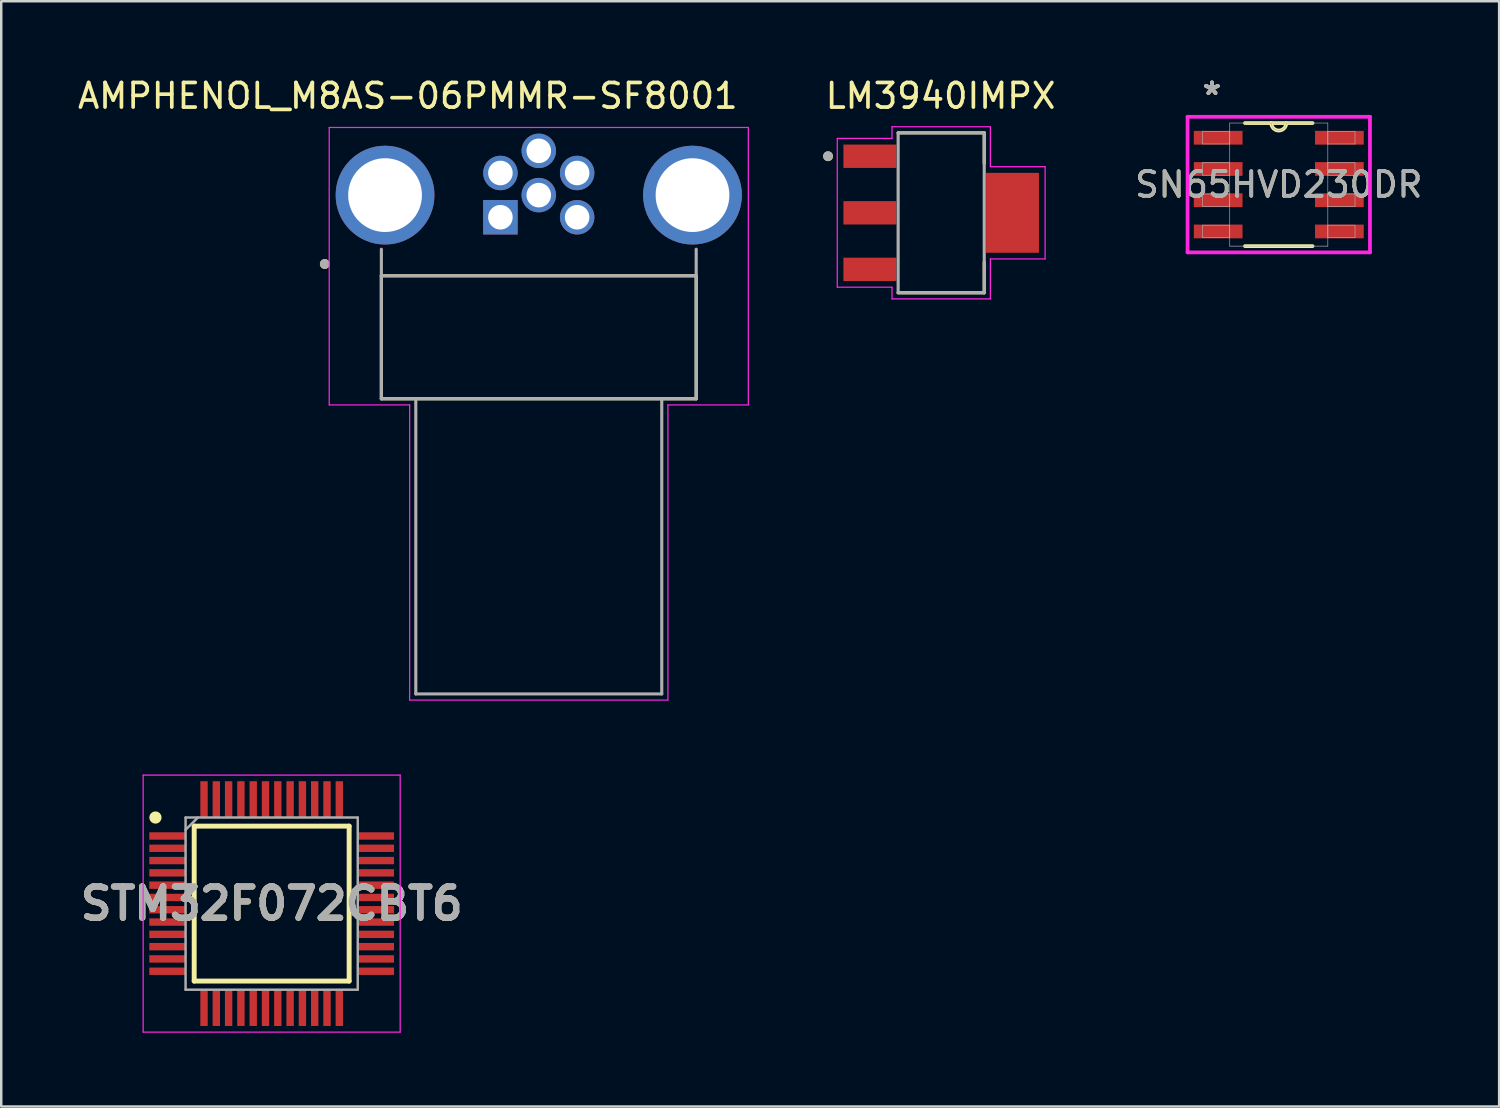
<source format=kicad_pcb>
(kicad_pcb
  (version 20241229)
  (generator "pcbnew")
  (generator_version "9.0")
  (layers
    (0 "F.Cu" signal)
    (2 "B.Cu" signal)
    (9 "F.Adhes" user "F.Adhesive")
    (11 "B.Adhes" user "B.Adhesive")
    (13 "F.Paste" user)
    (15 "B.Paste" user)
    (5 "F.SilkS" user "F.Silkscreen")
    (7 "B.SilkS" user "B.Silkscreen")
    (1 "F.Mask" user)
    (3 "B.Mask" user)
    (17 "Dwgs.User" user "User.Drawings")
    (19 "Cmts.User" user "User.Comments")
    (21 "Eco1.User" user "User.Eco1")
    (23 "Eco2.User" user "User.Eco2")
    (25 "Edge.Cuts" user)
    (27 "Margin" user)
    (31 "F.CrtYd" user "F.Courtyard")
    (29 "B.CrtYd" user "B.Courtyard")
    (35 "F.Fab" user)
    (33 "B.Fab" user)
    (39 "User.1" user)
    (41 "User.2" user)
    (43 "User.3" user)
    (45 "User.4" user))
  (footprint "STM32F072CBT6"
    (layer "F.Cu")
    (at 7.995 33.688)
    (property "Reference" "STM32F072CBT6" (at 0 0 0) (layer "F.SilkS") (effects (font (size 1.27 1.27) (thickness 0.254))))
    (attr smd)
    (fp_line (start -3.15 -3.15) (end 3.15 -3.15) (stroke (width 0.2) (type solid)) (layer "F.SilkS"))
    (fp_line (start -3.15 3.15) (end -3.15 -3.15) (stroke (width 0.2) (type solid)) (layer "F.SilkS"))
    (fp_line (start 3.15 -3.15) (end 3.15 3.15) (stroke (width 0.2) (type solid)) (layer "F.SilkS"))
    (fp_line (start 3.15 3.15) (end -3.15 3.15) (stroke (width 0.2) (type solid)) (layer "F.SilkS"))
    (fp_circle (center -4.725 -3.5) (end -4.725 -3.375) (stroke (width 0.25) (type solid)) (fill no) (layer "F.SilkS"))
    (fp_line (start -5.225 -5.225) (end 5.225 -5.225) (stroke (width 0.05) (type solid)) (layer "F.CrtYd"))
    (fp_line (start -5.225 5.225) (end -5.225 -5.225) (stroke (width 0.05) (type solid)) (layer "F.CrtYd"))
    (fp_line (start 5.225 -5.225) (end 5.225 5.225) (stroke (width 0.05) (type solid)) (layer "F.CrtYd"))
    (fp_line (start 5.225 5.225) (end -5.225 5.225) (stroke (width 0.05) (type solid)) (layer "F.CrtYd"))
    (fp_line (start -3.5 -3.5) (end 3.5 -3.5) (stroke (width 0.1) (type solid)) (layer "F.Fab"))
    (fp_line (start -3.5 -3) (end -3 -3.5) (stroke (width 0.1) (type solid)) (layer "F.Fab"))
    (fp_line (start -3.5 3.5) (end -3.5 -3.5) (stroke (width 0.1) (type solid)) (layer "F.Fab"))
    (fp_line (start 3.5 -3.5) (end 3.5 3.5) (stroke (width 0.1) (type solid)) (layer "F.Fab"))
    (fp_line (start 3.5 3.5) (end -3.5 3.5) (stroke (width 0.1) (type solid)) (layer "F.Fab"))
    (fp_text user "${REFERENCE}" (at 0 0 0) (layer "F.Fab") (effects (font (size 1.27 1.27) (thickness 0.254))))
    (pad "1" smd rect (at -4.238 -2.75 90) (size 0.3 1.475) (layers "F.Cu" "F.Mask" "F.Paste"))
    (pad "2" smd rect (at -4.238 -2.25 90) (size 0.3 1.475) (layers "F.Cu" "F.Mask" "F.Paste"))
    (pad "3" smd rect (at -4.238 -1.75 90) (size 0.3 1.475) (layers "F.Cu" "F.Mask" "F.Paste"))
    (pad "4" smd rect (at -4.238 -1.25 90) (size 0.3 1.475) (layers "F.Cu" "F.Mask" "F.Paste"))
    (pad "5" smd rect (at -4.238 -0.75 90) (size 0.3 1.475) (layers "F.Cu" "F.Mask" "F.Paste"))
    (pad "6" smd rect (at -4.238 -0.25 90) (size 0.3 1.475) (layers "F.Cu" "F.Mask" "F.Paste"))
    (pad "7" smd rect (at -4.238 0.25 90) (size 0.3 1.475) (layers "F.Cu" "F.Mask" "F.Paste"))
    (pad "8" smd rect (at -4.238 0.75 90) (size 0.3 1.475) (layers "F.Cu" "F.Mask" "F.Paste"))
    (pad "9" smd rect (at -4.238 1.25 90) (size 0.3 1.475) (layers "F.Cu" "F.Mask" "F.Paste"))
    (pad "10" smd rect (at -4.238 1.75 90) (size 0.3 1.475) (layers "F.Cu" "F.Mask" "F.Paste"))
    (pad "11" smd rect (at -4.238 2.25 90) (size 0.3 1.475) (layers "F.Cu" "F.Mask" "F.Paste"))
    (pad "12" smd rect (at -4.238 2.75 90) (size 0.3 1.475) (layers "F.Cu" "F.Mask" "F.Paste"))
    (pad "13" smd rect (at -2.75 4.238) (size 0.3 1.475) (layers "F.Cu" "F.Mask" "F.Paste"))
    (pad "14" smd rect (at -2.25 4.238) (size 0.3 1.475) (layers "F.Cu" "F.Mask" "F.Paste"))
    (pad "15" smd rect (at -1.75 4.238) (size 0.3 1.475) (layers "F.Cu" "F.Mask" "F.Paste"))
    (pad "16" smd rect (at -1.25 4.238) (size 0.3 1.475) (layers "F.Cu" "F.Mask" "F.Paste"))
    (pad "17" smd rect (at -0.75 4.238) (size 0.3 1.475) (layers "F.Cu" "F.Mask" "F.Paste"))
    (pad "18" smd rect (at -0.25 4.238) (size 0.3 1.475) (layers "F.Cu" "F.Mask" "F.Paste"))
    (pad "19" smd rect (at 0.25 4.238) (size 0.3 1.475) (layers "F.Cu" "F.Mask" "F.Paste"))
    (pad "20" smd rect (at 0.75 4.238) (size 0.3 1.475) (layers "F.Cu" "F.Mask" "F.Paste"))
    (pad "21" smd rect (at 1.25 4.238) (size 0.3 1.475) (layers "F.Cu" "F.Mask" "F.Paste"))
    (pad "22" smd rect (at 1.75 4.238) (size 0.3 1.475) (layers "F.Cu" "F.Mask" "F.Paste"))
    (pad "23" smd rect (at 2.25 4.238) (size 0.3 1.475) (layers "F.Cu" "F.Mask" "F.Paste"))
    (pad "24" smd rect (at 2.75 4.238) (size 0.3 1.475) (layers "F.Cu" "F.Mask" "F.Paste"))
    (pad "25" smd rect (at 4.238 2.75 90) (size 0.3 1.475) (layers "F.Cu" "F.Mask" "F.Paste"))
    (pad "26" smd rect (at 4.238 2.25 90) (size 0.3 1.475) (layers "F.Cu" "F.Mask" "F.Paste"))
    (pad "27" smd rect (at 4.238 1.75 90) (size 0.3 1.475) (layers "F.Cu" "F.Mask" "F.Paste"))
    (pad "28" smd rect (at 4.238 1.25 90) (size 0.3 1.475) (layers "F.Cu" "F.Mask" "F.Paste"))
    (pad "29" smd rect (at 4.238 0.75 90) (size 0.3 1.475) (layers "F.Cu" "F.Mask" "F.Paste"))
    (pad "30" smd rect (at 4.238 0.25 90) (size 0.3 1.475) (layers "F.Cu" "F.Mask" "F.Paste"))
    (pad "31" smd rect (at 4.238 -0.25 90) (size 0.3 1.475) (layers "F.Cu" "F.Mask" "F.Paste"))
    (pad "32" smd rect (at 4.238 -0.75 90) (size 0.3 1.475) (layers "F.Cu" "F.Mask" "F.Paste"))
    (pad "33" smd rect (at 4.238 -1.25 90) (size 0.3 1.475) (layers "F.Cu" "F.Mask" "F.Paste"))
    (pad "34" smd rect (at 4.238 -1.75 90) (size 0.3 1.475) (layers "F.Cu" "F.Mask" "F.Paste"))
    (pad "35" smd rect (at 4.238 -2.25 90) (size 0.3 1.475) (layers "F.Cu" "F.Mask" "F.Paste"))
    (pad "36" smd rect (at 4.238 -2.75 90) (size 0.3 1.475) (layers "F.Cu" "F.Mask" "F.Paste"))
    (pad "37" smd rect (at 2.75 -4.238) (size 0.3 1.475) (layers "F.Cu" "F.Mask" "F.Paste"))
    (pad "38" smd rect (at 2.25 -4.238) (size 0.3 1.475) (layers "F.Cu" "F.Mask" "F.Paste"))
    (pad "39" smd rect (at 1.75 -4.238) (size 0.3 1.475) (layers "F.Cu" "F.Mask" "F.Paste"))
    (pad "40" smd rect (at 1.25 -4.238) (size 0.3 1.475) (layers "F.Cu" "F.Mask" "F.Paste"))
    (pad "41" smd rect (at 0.75 -4.238) (size 0.3 1.475) (layers "F.Cu" "F.Mask" "F.Paste"))
    (pad "42" smd rect (at 0.25 -4.238) (size 0.3 1.475) (layers "F.Cu" "F.Mask" "F.Paste"))
    (pad "43" smd rect (at -0.25 -4.238) (size 0.3 1.475) (layers "F.Cu" "F.Mask" "F.Paste"))
    (pad "44" smd rect (at -0.75 -4.238) (size 0.3 1.475) (layers "F.Cu" "F.Mask" "F.Paste"))
    (pad "45" smd rect (at -1.25 -4.238) (size 0.3 1.475) (layers "F.Cu" "F.Mask" "F.Paste"))
    (pad "46" smd rect (at -1.75 -4.238) (size 0.3 1.475) (layers "F.Cu" "F.Mask" "F.Paste"))
    (pad "47" smd rect (at -2.25 -4.238) (size 0.3 1.475) (layers "F.Cu" "F.Mask" "F.Paste"))
    (pad "48" smd rect (at -2.75 -4.238) (size 0.3 1.475) (layers "F.Cu" "F.Mask" "F.Paste")))
  (footprint "LM3940IMPX"
    (layer "F.Cu")
    (at 35.216 5.602)
    (property "Reference" "LM3940IMPX" (at -0.025 -4.754 0) (layer "F.SilkS") (effects (font (size 1 1) (thickness 0.15))))
    (attr smd)
    (fp_line (start -1.75 -3.25) (end 1.75 -3.25) (stroke (width 0.127) (type solid)) (layer "F.SilkS"))
    (fp_line (start -1.75 3.25) (end 1.75 3.25) (stroke (width 0.127) (type solid)) (layer "F.SilkS"))
    (fp_line (start 1.75 -3.25) (end 1.75 -2.01) (stroke (width 0.127) (type solid)) (layer "F.SilkS"))
    (fp_line (start 1.75 3.25) (end 1.75 2.01) (stroke (width 0.127) (type solid)) (layer "F.SilkS"))
    (fp_circle (center -4.6 -2.3) (end -4.5 -2.3) (stroke (width 0.2) (type solid)) (fill no) (layer "F.SilkS"))
    (fp_line (start -4.225 -3.025) (end -4.225 3.025) (stroke (width 0.05) (type solid)) (layer "F.CrtYd"))
    (fp_line (start -4.225 3.025) (end -2 3.025) (stroke (width 0.05) (type solid)) (layer "F.CrtYd"))
    (fp_line (start -2 -3.5) (end -2 -3.025) (stroke (width 0.05) (type solid)) (layer "F.CrtYd"))
    (fp_line (start -2 -3.025) (end -4.225 -3.025) (stroke (width 0.05) (type solid)) (layer "F.CrtYd"))
    (fp_line (start -2 3.025) (end -2 3.5) (stroke (width 0.05) (type solid)) (layer "F.CrtYd"))
    (fp_line (start -2 3.5) (end 2 3.5) (stroke (width 0.05) (type solid)) (layer "F.CrtYd"))
    (fp_line (start 2 -3.5) (end -2 -3.5) (stroke (width 0.05) (type solid)) (layer "F.CrtYd"))
    (fp_line (start 2 -1.875) (end 2 -3.5) (stroke (width 0.05) (type solid)) (layer "F.CrtYd"))
    (fp_line (start 2 1.875) (end 4.225 1.875) (stroke (width 0.05) (type solid)) (layer "F.CrtYd"))
    (fp_line (start 2 3.5) (end 2 1.875) (stroke (width 0.05) (type solid)) (layer "F.CrtYd"))
    (fp_line (start 4.225 -1.875) (end 2 -1.875) (stroke (width 0.05) (type solid)) (layer "F.CrtYd"))
    (fp_line (start 4.225 1.875) (end 4.225 -1.875) (stroke (width 0.05) (type solid)) (layer "F.CrtYd"))
    (fp_line (start -1.75 -3.25) (end -1.75 3.25) (stroke (width 0.127) (type solid)) (layer "F.Fab"))
    (fp_line (start 1.75 -3.25) (end -1.75 -3.25) (stroke (width 0.127) (type solid)) (layer "F.Fab"))
    (fp_line (start 1.75 -3.25) (end 1.75 3.25) (stroke (width 0.127) (type solid)) (layer "F.Fab"))
    (fp_line (start 1.75 3.25) (end -1.75 3.25) (stroke (width 0.127) (type solid)) (layer "F.Fab"))
    (fp_circle (center -4.6 -2.3) (end -4.5 -2.3) (stroke (width 0.2) (type solid)) (fill no) (layer "F.Fab"))
    (pad "1" smd rect (at -2.9 -2.3) (size 2.15 0.95) (layers "F.Cu" "F.Mask" "F.Paste"))
    (pad "2" smd rect (at -2.9 0) (size 2.15 0.95) (layers "F.Cu" "F.Mask" "F.Paste"))
    (pad "3" smd rect (at -2.9 2.3) (size 2.15 0.95) (layers "F.Cu" "F.Mask" "F.Paste"))
    (pad "4" smd rect (at 2.9 0) (size 2.15 3.25) (layers "F.Cu" "F.Mask" "F.Paste")))
  (footprint "SN65HVD230DR"
    (layer "F.Cu")
    (at 48.941 4.455)
    (property "Reference" "SN65HVD230DR" (at 0 0 0) (unlocked yes) (layer "F.SilkS") (effects (font (size 1 1) (thickness 0.15))))
    (attr smd)
    (fp_line (start -1.374 2.502) (end 1.374 2.502) (stroke (width 0.152) (type solid)) (layer "F.SilkS"))
    (fp_line (start 1.374 -2.502) (end -1.374 -2.502) (stroke (width 0.152) (type solid)) (layer "F.SilkS"))
    (fp_arc (start 0.3048 -2.5019) (mid 0 -2.1971) (end -0.3048 -2.5019) (stroke (width 0.1524) (type solid)) (layer "F.SilkS"))
    (fp_line (start -3.708 -2.756) (end 3.708 -2.756) (stroke (width 0.152) (type solid)) (layer "F.CrtYd"))
    (fp_line (start -3.708 2.756) (end -3.708 -2.756) (stroke (width 0.152) (type solid)) (layer "F.CrtYd"))
    (fp_line (start 3.708 -2.756) (end 3.708 2.756) (stroke (width 0.152) (type solid)) (layer "F.CrtYd"))
    (fp_line (start 3.708 2.756) (end -3.708 2.756) (stroke (width 0.152) (type solid)) (layer "F.CrtYd"))
    (fp_line (start -3.099 -2.159) (end -3.099 -1.651) (stroke (width 0.025) (type solid)) (layer "F.Fab"))
    (fp_line (start -3.099 -1.651) (end -1.994 -1.651) (stroke (width 0.025) (type solid)) (layer "F.Fab"))
    (fp_line (start -3.099 -0.889) (end -3.099 -0.381) (stroke (width 0.025) (type solid)) (layer "F.Fab"))
    (fp_line (start -3.099 -0.381) (end -1.994 -0.381) (stroke (width 0.025) (type solid)) (layer "F.Fab"))
    (fp_line (start -3.099 0.381) (end -3.099 0.889) (stroke (width 0.025) (type solid)) (layer "F.Fab"))
    (fp_line (start -3.099 0.889) (end -1.994 0.889) (stroke (width 0.025) (type solid)) (layer "F.Fab"))
    (fp_line (start -3.099 1.651) (end -3.099 2.159) (stroke (width 0.025) (type solid)) (layer "F.Fab"))
    (fp_line (start -3.099 2.159) (end -1.994 2.159) (stroke (width 0.025) (type solid)) (layer "F.Fab"))
    (fp_line (start -1.994 -2.502) (end -1.994 2.502) (stroke (width 0.025) (type solid)) (layer "F.Fab"))
    (fp_line (start -1.994 -2.159) (end -3.099 -2.159) (stroke (width 0.025) (type solid)) (layer "F.Fab"))
    (fp_line (start -1.994 -1.651) (end -1.994 -2.159) (stroke (width 0.025) (type solid)) (layer "F.Fab"))
    (fp_line (start -1.994 -0.889) (end -3.099 -0.889) (stroke (width 0.025) (type solid)) (layer "F.Fab"))
    (fp_line (start -1.994 -0.381) (end -1.994 -0.889) (stroke (width 0.025) (type solid)) (layer "F.Fab"))
    (fp_line (start -1.994 0.381) (end -3.099 0.381) (stroke (width 0.025) (type solid)) (layer "F.Fab"))
    (fp_line (start -1.994 0.889) (end -1.994 0.381) (stroke (width 0.025) (type solid)) (layer "F.Fab"))
    (fp_line (start -1.994 1.651) (end -3.099 1.651) (stroke (width 0.025) (type solid)) (layer "F.Fab"))
    (fp_line (start -1.994 2.159) (end -1.994 1.651) (stroke (width 0.025) (type solid)) (layer "F.Fab"))
    (fp_line (start -1.994 2.502) (end 1.994 2.502) (stroke (width 0.025) (type solid)) (layer "F.Fab"))
    (fp_line (start 1.994 -2.502) (end -1.994 -2.502) (stroke (width 0.025) (type solid)) (layer "F.Fab"))
    (fp_line (start 1.994 -2.159) (end 1.994 -1.651) (stroke (width 0.025) (type solid)) (layer "F.Fab"))
    (fp_line (start 1.994 -1.651) (end 3.099 -1.651) (stroke (width 0.025) (type solid)) (layer "F.Fab"))
    (fp_line (start 1.994 -0.889) (end 1.994 -0.381) (stroke (width 0.025) (type solid)) (layer "F.Fab"))
    (fp_line (start 1.994 -0.381) (end 3.099 -0.381) (stroke (width 0.025) (type solid)) (layer "F.Fab"))
    (fp_line (start 1.994 0.381) (end 1.994 0.889) (stroke (width 0.025) (type solid)) (layer "F.Fab"))
    (fp_line (start 1.994 0.889) (end 3.099 0.889) (stroke (width 0.025) (type solid)) (layer "F.Fab"))
    (fp_line (start 1.994 1.651) (end 1.994 2.159) (stroke (width 0.025) (type solid)) (layer "F.Fab"))
    (fp_line (start 1.994 2.159) (end 3.099 2.159) (stroke (width 0.025) (type solid)) (layer "F.Fab"))
    (fp_line (start 1.994 2.502) (end 1.994 -2.502) (stroke (width 0.025) (type solid)) (layer "F.Fab"))
    (fp_line (start 3.099 -2.159) (end 1.994 -2.159) (stroke (width 0.025) (type solid)) (layer "F.Fab"))
    (fp_line (start 3.099 -1.651) (end 3.099 -2.159) (stroke (width 0.025) (type solid)) (layer "F.Fab"))
    (fp_line (start 3.099 -0.889) (end 1.994 -0.889) (stroke (width 0.025) (type solid)) (layer "F.Fab"))
    (fp_line (start 3.099 -0.381) (end 3.099 -0.889) (stroke (width 0.025) (type solid)) (layer "F.Fab"))
    (fp_line (start 3.099 0.381) (end 1.994 0.381) (stroke (width 0.025) (type solid)) (layer "F.Fab"))
    (fp_line (start 3.099 0.889) (end 3.099 0.381) (stroke (width 0.025) (type solid)) (layer "F.Fab"))
    (fp_line (start 3.099 1.651) (end 1.994 1.651) (stroke (width 0.025) (type solid)) (layer "F.Fab"))
    (fp_line (start 3.099 2.159) (end 3.099 1.651) (stroke (width 0.025) (type solid)) (layer "F.Fab"))
    (fp_arc (start 0.3048 -2.5019) (mid 0 -2.1971) (end -0.3048 -2.5019) (stroke (width 0.0254) (type solid)) (layer "F.Fab"))
    (fp_text user "*" (at -2.718 -3.607 0) (unlocked yes) (layer "F.SilkS") (effects (font (size 1 1) (thickness 0.15))))
    (fp_text user "*" (at -2.718 -3.607 0) (layer "F.SilkS") (effects (font (size 1 1) (thickness 0.15))))
    (fp_text user "*" (at -2.718 -3.607 0) (layer "F.Fab") (effects (font (size 1 1) (thickness 0.15))))
    (fp_text user "${REFERENCE}" (at 0 0 0) (unlocked yes) (layer "F.Fab") (effects (font (size 1 1) (thickness 0.15))))
    (fp_text user "*" (at -2.718 -3.607 0) (unlocked yes) (layer "F.Fab") (effects (font (size 1 1) (thickness 0.15))))
    (pad "1" smd rect (at -2.464 -1.905) (size 1.981 0.559) (layers "F.Cu" "F.Mask" "F.Paste"))
    (pad "2" smd rect (at -2.464 -0.635) (size 1.981 0.559) (layers "F.Cu" "F.Mask" "F.Paste"))
    (pad "3" smd rect (at -2.464 0.635) (size 1.981 0.559) (layers "F.Cu" "F.Mask" "F.Paste"))
    (pad "4" smd rect (at -2.464 1.905) (size 1.981 0.559) (layers "F.Cu" "F.Mask" "F.Paste"))
    (pad "5" smd rect (at 2.464 1.905) (size 1.981 0.559) (layers "F.Cu" "F.Mask" "F.Paste"))
    (pad "6" smd rect (at 2.464 0.635) (size 1.981 0.559) (layers "F.Cu" "F.Mask" "F.Paste"))
    (pad "7" smd rect (at 2.464 -0.635) (size 1.981 0.559) (layers "F.Cu" "F.Mask" "F.Paste"))
    (pad "8" smd rect (at 2.464 -1.905) (size 1.981 0.559) (layers "F.Cu" "F.Mask" "F.Paste")))
  (footprint "AMPHENOL_M8AS-06PMMR-SF8001"
    (layer "F.Cu")
    (at 18.855 4.883)
    (property "Reference" "AMPHENOL_M8AS-06PMMR-SF8001" (at -5.325 -4.035 0) (layer "F.SilkS") (effects (font (size 1 1) (thickness 0.15))))
    (attr through_hole)
    (fp_line (start -6.4 3.28) (end -6.4 8.28) (stroke (width 0.127) (type solid)) (layer "F.SilkS"))
    (fp_line (start -6.4 8.28) (end 6.4 8.28) (stroke (width 0.127) (type solid)) (layer "F.SilkS"))
    (fp_line (start 6.4 3.28) (end -6.4 3.28) (stroke (width 0.127) (type solid)) (layer "F.SilkS"))
    (fp_line (start 6.4 8.28) (end 6.4 3.28) (stroke (width 0.127) (type solid)) (layer "F.SilkS"))
    (fp_circle (center -8.7 2.8) (end -8.6 2.8) (stroke (width 0.2) (type solid)) (fill no) (layer "F.SilkS"))
    (fp_line (start -8.52 -2.75) (end -8.52 8.53) (stroke (width 0.05) (type solid)) (layer "F.CrtYd"))
    (fp_line (start -8.52 8.53) (end -5.25 8.53) (stroke (width 0.05) (type solid)) (layer "F.CrtYd"))
    (fp_line (start -5.25 8.53) (end -5.25 20.53) (stroke (width 0.05) (type solid)) (layer "F.CrtYd"))
    (fp_line (start -5.25 20.53) (end 5.25 20.53) (stroke (width 0.05) (type solid)) (layer "F.CrtYd"))
    (fp_line (start 5.25 8.53) (end 8.52 8.53) (stroke (width 0.05) (type solid)) (layer "F.CrtYd"))
    (fp_line (start 5.25 20.53) (end 5.25 8.53) (stroke (width 0.05) (type solid)) (layer "F.CrtYd"))
    (fp_line (start 8.52 -2.75) (end -8.52 -2.75) (stroke (width 0.05) (type solid)) (layer "F.CrtYd"))
    (fp_line (start 8.52 8.53) (end 8.52 -2.75) (stroke (width 0.05) (type solid)) (layer "F.CrtYd"))
    (fp_line (start -6.4 3.28) (end -6.4 2.2) (stroke (width 0.127) (type solid)) (layer "F.Fab"))
    (fp_line (start -6.4 3.28) (end -6.4 8.28) (stroke (width 0.127) (type solid)) (layer "F.Fab"))
    (fp_line (start -6.4 8.28) (end -5 8.28) (stroke (width 0.127) (type solid)) (layer "F.Fab"))
    (fp_line (start -5 8.28) (end 5 8.28) (stroke (width 0.127) (type solid)) (layer "F.Fab"))
    (fp_line (start -5 20.28) (end -5 8.28) (stroke (width 0.127) (type solid)) (layer "F.Fab"))
    (fp_line (start -5 20.28) (end 5 20.28) (stroke (width 0.127) (type solid)) (layer "F.Fab"))
    (fp_line (start 5 8.28) (end 6.4 8.28) (stroke (width 0.127) (type solid)) (layer "F.Fab"))
    (fp_line (start 5 20.28) (end 5 8.28) (stroke (width 0.127) (type solid)) (layer "F.Fab"))
    (fp_line (start 6.4 3.28) (end -6.4 3.28) (stroke (width 0.127) (type solid)) (layer "F.Fab"))
    (fp_line (start 6.4 3.28) (end 6.4 2.2) (stroke (width 0.127) (type solid)) (layer "F.Fab"))
    (fp_line (start 6.4 8.28) (end 6.4 3.28) (stroke (width 0.127) (type solid)) (layer "F.Fab"))
    (fp_circle (center -8.7 2.8) (end -8.6 2.8) (stroke (width 0.2) (type solid)) (fill no) (layer "F.Fab"))
    (pad "1" thru_hole rect (at -1.56 0.9) (size 1.4 1.4) (drill 1) (layers "*.Cu" "*.Mask"))
    (pad "2" thru_hole circle (at -1.56 -0.9) (size 1.4 1.4) (drill 1) (layers "*.Cu" "*.Mask"))
    (pad "3" thru_hole circle (at 0 -1.8) (size 1.4 1.4) (drill 1) (layers "*.Cu" "*.Mask"))
    (pad "4" thru_hole circle (at 1.56 -0.9) (size 1.4 1.4) (drill 1) (layers "*.Cu" "*.Mask"))
    (pad "5" thru_hole circle (at 1.56 0.9) (size 1.4 1.4) (drill 1) (layers "*.Cu" "*.Mask"))
    (pad "6" thru_hole circle (at 0 0) (size 1.4 1.4) (drill 1) (layers "*.Cu" "*.Mask"))
    (pad "S1" thru_hole circle (at -6.25 0) (size 4.016 4.016) (drill 3) (layers "*.Cu" "*.Mask"))
    (pad "S2" thru_hole circle (at 6.25 0) (size 4.016 4.016) (drill 3) (layers "*.Cu" "*.Mask")))
  (gr_rect
    (start -3 -3)
    (end 57.9 41.938)
    (stroke (width 0.1) (type default))
    (fill no)
    (layer "Edge.Cuts")))
</source>
